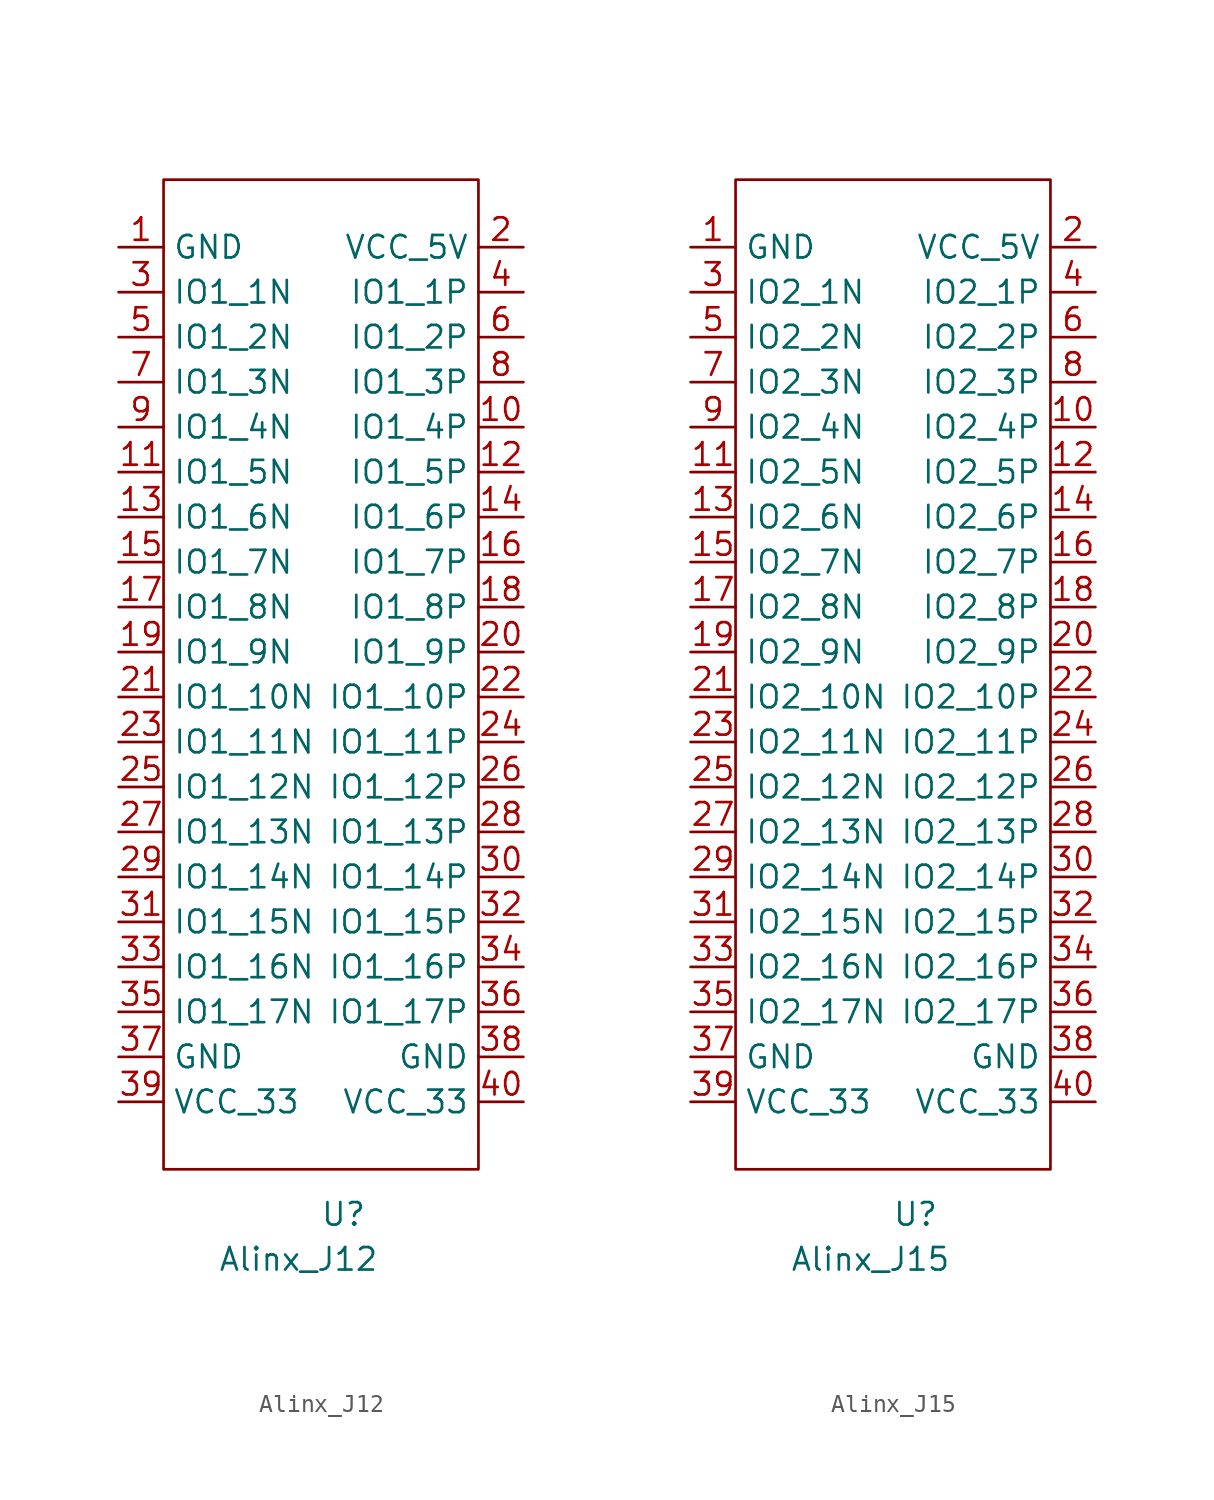
<source format=kicad_sym>
(kicad_symbol_lib
  (version 20211014)
  (generator kicad_symbol_editor)
  (symbol "Alinx_J12"
    (property "Reference" "U"
      (at 1.27 -33.02 0)
      (effects (font (size 1.27 1.27))))
    (property "Value" "Alinx_J12"
      (at -1.27 -35.56 0)
      (effects (font (size 1.27 1.27))))
    (symbol "Alinx_J12_0_1"
      (rectangle (start -8.89 25.4) (end 8.89 -30.48) (stroke (width 0) (type default) (color 0 0 0 0)) (fill (type none))))
    (symbol "Alinx_J12_1_1"
      (pin power_in line (at -11.43 21.59 0) (length 2.54) (name "GND" (effects (font (size 1.27 1.27)))) (number "1" (effects (font (size 1.27 1.27)))))
      (pin bidirectional line (at 11.43 11.43 180) (length 2.54) (name "IO1_4P" (effects (font (size 1.27 1.27)))) (number "10" (effects (font (size 1.27 1.27)))))
      (pin bidirectional line (at -11.43 8.89 0) (length 2.54) (name "IO1_5N" (effects (font (size 1.27 1.27)))) (number "11" (effects (font (size 1.27 1.27)))))
      (pin bidirectional line (at 11.43 8.89 180) (length 2.54) (name "IO1_5P" (effects (font (size 1.27 1.27)))) (number "12" (effects (font (size 1.27 1.27)))))
      (pin bidirectional line (at -11.43 6.35 0) (length 2.54) (name "IO1_6N" (effects (font (size 1.27 1.27)))) (number "13" (effects (font (size 1.27 1.27)))))
      (pin bidirectional line (at 11.43 6.35 180) (length 2.54) (name "IO1_6P" (effects (font (size 1.27 1.27)))) (number "14" (effects (font (size 1.27 1.27)))))
      (pin bidirectional line (at -11.43 3.81 0) (length 2.54) (name "IO1_7N" (effects (font (size 1.27 1.27)))) (number "15" (effects (font (size 1.27 1.27)))))
      (pin bidirectional line (at 11.43 3.81 180) (length 2.54) (name "IO1_7P" (effects (font (size 1.27 1.27)))) (number "16" (effects (font (size 1.27 1.27)))))
      (pin bidirectional line (at -11.43 1.27 0) (length 2.54) (name "IO1_8N" (effects (font (size 1.27 1.27)))) (number "17" (effects (font (size 1.27 1.27)))))
      (pin bidirectional line (at 11.43 1.27 180) (length 2.54) (name "IO1_8P" (effects (font (size 1.27 1.27)))) (number "18" (effects (font (size 1.27 1.27)))))
      (pin bidirectional line (at -11.43 -1.27 0) (length 2.54) (name "IO1_9N" (effects (font (size 1.27 1.27)))) (number "19" (effects (font (size 1.27 1.27)))))
      (pin power_in line (at 11.43 21.59 180) (length 2.54) (name "VCC_5V" (effects (font (size 1.27 1.27)))) (number "2" (effects (font (size 1.27 1.27)))))
      (pin bidirectional line (at 11.43 -1.27 180) (length 2.54) (name "IO1_9P" (effects (font (size 1.27 1.27)))) (number "20" (effects (font (size 1.27 1.27)))))
      (pin bidirectional line (at -11.43 -3.81 0) (length 2.54) (name "IO1_10N" (effects (font (size 1.27 1.27)))) (number "21" (effects (font (size 1.27 1.27)))))
      (pin bidirectional line (at 11.43 -3.81 180) (length 2.54) (name "IO1_10P" (effects (font (size 1.27 1.27)))) (number "22" (effects (font (size 1.27 1.27)))))
      (pin bidirectional line (at -11.43 -6.35 0) (length 2.54) (name "IO1_11N" (effects (font (size 1.27 1.27)))) (number "23" (effects (font (size 1.27 1.27)))))
      (pin bidirectional line (at 11.43 -6.35 180) (length 2.54) (name "IO1_11P" (effects (font (size 1.27 1.27)))) (number "24" (effects (font (size 1.27 1.27)))))
      (pin bidirectional line (at -11.43 -8.89 0) (length 2.54) (name "IO1_12N" (effects (font (size 1.27 1.27)))) (number "25" (effects (font (size 1.27 1.27)))))
      (pin bidirectional line (at 11.43 -8.89 180) (length 2.54) (name "IO1_12P" (effects (font (size 1.27 1.27)))) (number "26" (effects (font (size 1.27 1.27)))))
      (pin bidirectional line (at -11.43 -11.43 0) (length 2.54) (name "IO1_13N" (effects (font (size 1.27 1.27)))) (number "27" (effects (font (size 1.27 1.27)))))
      (pin bidirectional line (at 11.43 -11.43 180) (length 2.54) (name "IO1_13P" (effects (font (size 1.27 1.27)))) (number "28" (effects (font (size 1.27 1.27)))))
      (pin bidirectional line (at -11.43 -13.97 0) (length 2.54) (name "IO1_14N" (effects (font (size 1.27 1.27)))) (number "29" (effects (font (size 1.27 1.27)))))
      (pin bidirectional line (at -11.43 19.05 0) (length 2.54) (name "IO1_1N" (effects (font (size 1.27 1.27)))) (number "3" (effects (font (size 1.27 1.27)))))
      (pin bidirectional line (at 11.43 -13.97 180) (length 2.54) (name "IO1_14P" (effects (font (size 1.27 1.27)))) (number "30" (effects (font (size 1.27 1.27)))))
      (pin bidirectional line (at -11.43 -16.51 0) (length 2.54) (name "IO1_15N" (effects (font (size 1.27 1.27)))) (number "31" (effects (font (size 1.27 1.27)))))
      (pin bidirectional line (at 11.43 -16.51 180) (length 2.54) (name "IO1_15P" (effects (font (size 1.27 1.27)))) (number "32" (effects (font (size 1.27 1.27)))))
      (pin bidirectional line (at -11.43 -19.05 0) (length 2.54) (name "IO1_16N" (effects (font (size 1.27 1.27)))) (number "33" (effects (font (size 1.27 1.27)))))
      (pin bidirectional line (at 11.43 -19.05 180) (length 2.54) (name "IO1_16P" (effects (font (size 1.27 1.27)))) (number "34" (effects (font (size 1.27 1.27)))))
      (pin bidirectional line (at -11.43 -21.59 0) (length 2.54) (name "IO1_17N" (effects (font (size 1.27 1.27)))) (number "35" (effects (font (size 1.27 1.27)))))
      (pin bidirectional line (at 11.43 -21.59 180) (length 2.54) (name "IO1_17P" (effects (font (size 1.27 1.27)))) (number "36" (effects (font (size 1.27 1.27)))))
      (pin power_in line (at -11.43 -24.13 0) (length 2.54) (name "GND" (effects (font (size 1.27 1.27)))) (number "37" (effects (font (size 1.27 1.27)))))
      (pin power_in line (at 11.43 -24.13 180) (length 2.54) (name "GND" (effects (font (size 1.27 1.27)))) (number "38" (effects (font (size 1.27 1.27)))))
      (pin power_in line (at -11.43 -26.67 0) (length 2.54) (name "VCC_33" (effects (font (size 1.27 1.27)))) (number "39" (effects (font (size 1.27 1.27)))))
      (pin bidirectional line (at 11.43 19.05 180) (length 2.54) (name "IO1_1P" (effects (font (size 1.27 1.27)))) (number "4" (effects (font (size 1.27 1.27)))))
      (pin power_in line (at 11.43 -26.67 180) (length 2.54) (name "VCC_33" (effects (font (size 1.27 1.27)))) (number "40" (effects (font (size 1.27 1.27)))))
      (pin bidirectional line (at -11.43 16.51 0) (length 2.54) (name "IO1_2N" (effects (font (size 1.27 1.27)))) (number "5" (effects (font (size 1.27 1.27)))))
      (pin bidirectional line (at 11.43 16.51 180) (length 2.54) (name "IO1_2P" (effects (font (size 1.27 1.27)))) (number "6" (effects (font (size 1.27 1.27)))))
      (pin bidirectional line (at -11.43 13.97 0) (length 2.54) (name "IO1_3N" (effects (font (size 1.27 1.27)))) (number "7" (effects (font (size 1.27 1.27)))))
      (pin bidirectional line (at 11.43 13.97 180) (length 2.54) (name "IO1_3P" (effects (font (size 1.27 1.27)))) (number "8" (effects (font (size 1.27 1.27)))))
      (pin bidirectional line (at -11.43 11.43 0) (length 2.54) (name "IO1_4N" (effects (font (size 1.27 1.27)))) (number "9" (effects (font (size 1.27 1.27)))))))
  (symbol "Alinx_J15"
    (property "Reference" "U"
      (at 1.27 -33.02 0)
      (effects (font (size 1.27 1.27))))
    (property "Value" "Alinx_J15"
      (at -1.27 -35.56 0)
      (effects (font (size 1.27 1.27))))
    (symbol "Alinx_J15_0_1"
      (rectangle (start -8.89 25.4) (end 8.89 -30.48) (stroke (width 0) (type default) (color 0 0 0 0)) (fill (type none))))
    (symbol "Alinx_J15_1_1"
      (pin power_in line (at -11.43 21.59 0) (length 2.54) (name "GND" (effects (font (size 1.27 1.27)))) (number "1" (effects (font (size 1.27 1.27)))))
      (pin bidirectional line (at 11.43 11.43 180) (length 2.54) (name "IO2_4P" (effects (font (size 1.27 1.27)))) (number "10" (effects (font (size 1.27 1.27)))))
      (pin bidirectional line (at -11.43 8.89 0) (length 2.54) (name "IO2_5N" (effects (font (size 1.27 1.27)))) (number "11" (effects (font (size 1.27 1.27)))))
      (pin bidirectional line (at 11.43 8.89 180) (length 2.54) (name "IO2_5P" (effects (font (size 1.27 1.27)))) (number "12" (effects (font (size 1.27 1.27)))))
      (pin bidirectional line (at -11.43 6.35 0) (length 2.54) (name "IO2_6N" (effects (font (size 1.27 1.27)))) (number "13" (effects (font (size 1.27 1.27)))))
      (pin bidirectional line (at 11.43 6.35 180) (length 2.54) (name "IO2_6P" (effects (font (size 1.27 1.27)))) (number "14" (effects (font (size 1.27 1.27)))))
      (pin bidirectional line (at -11.43 3.81 0) (length 2.54) (name "IO2_7N" (effects (font (size 1.27 1.27)))) (number "15" (effects (font (size 1.27 1.27)))))
      (pin bidirectional line (at 11.43 3.81 180) (length 2.54) (name "IO2_7P" (effects (font (size 1.27 1.27)))) (number "16" (effects (font (size 1.27 1.27)))))
      (pin bidirectional line (at -11.43 1.27 0) (length 2.54) (name "IO2_8N" (effects (font (size 1.27 1.27)))) (number "17" (effects (font (size 1.27 1.27)))))
      (pin bidirectional line (at 11.43 1.27 180) (length 2.54) (name "IO2_8P" (effects (font (size 1.27 1.27)))) (number "18" (effects (font (size 1.27 1.27)))))
      (pin bidirectional line (at -11.43 -1.27 0) (length 2.54) (name "IO2_9N" (effects (font (size 1.27 1.27)))) (number "19" (effects (font (size 1.27 1.27)))))
      (pin power_in line (at 11.43 21.59 180) (length 2.54) (name "VCC_5V" (effects (font (size 1.27 1.27)))) (number "2" (effects (font (size 1.27 1.27)))))
      (pin bidirectional line (at 11.43 -1.27 180) (length 2.54) (name "IO2_9P" (effects (font (size 1.27 1.27)))) (number "20" (effects (font (size 1.27 1.27)))))
      (pin bidirectional line (at -11.43 -3.81 0) (length 2.54) (name "IO2_10N" (effects (font (size 1.27 1.27)))) (number "21" (effects (font (size 1.27 1.27)))))
      (pin bidirectional line (at 11.43 -3.81 180) (length 2.54) (name "IO2_10P" (effects (font (size 1.27 1.27)))) (number "22" (effects (font (size 1.27 1.27)))))
      (pin bidirectional line (at -11.43 -6.35 0) (length 2.54) (name "IO2_11N" (effects (font (size 1.27 1.27)))) (number "23" (effects (font (size 1.27 1.27)))))
      (pin bidirectional line (at 11.43 -6.35 180) (length 2.54) (name "IO2_11P" (effects (font (size 1.27 1.27)))) (number "24" (effects (font (size 1.27 1.27)))))
      (pin bidirectional line (at -11.43 -8.89 0) (length 2.54) (name "IO2_12N" (effects (font (size 1.27 1.27)))) (number "25" (effects (font (size 1.27 1.27)))))
      (pin bidirectional line (at 11.43 -8.89 180) (length 2.54) (name "IO2_12P" (effects (font (size 1.27 1.27)))) (number "26" (effects (font (size 1.27 1.27)))))
      (pin bidirectional line (at -11.43 -11.43 0) (length 2.54) (name "IO2_13N" (effects (font (size 1.27 1.27)))) (number "27" (effects (font (size 1.27 1.27)))))
      (pin bidirectional line (at 11.43 -11.43 180) (length 2.54) (name "IO2_13P" (effects (font (size 1.27 1.27)))) (number "28" (effects (font (size 1.27 1.27)))))
      (pin bidirectional line (at -11.43 -13.97 0) (length 2.54) (name "IO2_14N" (effects (font (size 1.27 1.27)))) (number "29" (effects (font (size 1.27 1.27)))))
      (pin bidirectional line (at -11.43 19.05 0) (length 2.54) (name "IO2_1N" (effects (font (size 1.27 1.27)))) (number "3" (effects (font (size 1.27 1.27)))))
      (pin bidirectional line (at 11.43 -13.97 180) (length 2.54) (name "IO2_14P" (effects (font (size 1.27 1.27)))) (number "30" (effects (font (size 1.27 1.27)))))
      (pin bidirectional line (at -11.43 -16.51 0) (length 2.54) (name "IO2_15N" (effects (font (size 1.27 1.27)))) (number "31" (effects (font (size 1.27 1.27)))))
      (pin bidirectional line (at 11.43 -16.51 180) (length 2.54) (name "IO2_15P" (effects (font (size 1.27 1.27)))) (number "32" (effects (font (size 1.27 1.27)))))
      (pin bidirectional line (at -11.43 -19.05 0) (length 2.54) (name "IO2_16N" (effects (font (size 1.27 1.27)))) (number "33" (effects (font (size 1.27 1.27)))))
      (pin bidirectional line (at 11.43 -19.05 180) (length 2.54) (name "IO2_16P" (effects (font (size 1.27 1.27)))) (number "34" (effects (font (size 1.27 1.27)))))
      (pin bidirectional line (at -11.43 -21.59 0) (length 2.54) (name "IO2_17N" (effects (font (size 1.27 1.27)))) (number "35" (effects (font (size 1.27 1.27)))))
      (pin bidirectional line (at 11.43 -21.59 180) (length 2.54) (name "IO2_17P" (effects (font (size 1.27 1.27)))) (number "36" (effects (font (size 1.27 1.27)))))
      (pin power_in line (at -11.43 -24.13 0) (length 2.54) (name "GND" (effects (font (size 1.27 1.27)))) (number "37" (effects (font (size 1.27 1.27)))))
      (pin power_in line (at 11.43 -24.13 180) (length 2.54) (name "GND" (effects (font (size 1.27 1.27)))) (number "38" (effects (font (size 1.27 1.27)))))
      (pin power_in line (at -11.43 -26.67 0) (length 2.54) (name "VCC_33" (effects (font (size 1.27 1.27)))) (number "39" (effects (font (size 1.27 1.27)))))
      (pin bidirectional line (at 11.43 19.05 180) (length 2.54) (name "IO2_1P" (effects (font (size 1.27 1.27)))) (number "4" (effects (font (size 1.27 1.27)))))
      (pin power_in line (at 11.43 -26.67 180) (length 2.54) (name "VCC_33" (effects (font (size 1.27 1.27)))) (number "40" (effects (font (size 1.27 1.27)))))
      (pin bidirectional line (at -11.43 16.51 0) (length 2.54) (name "IO2_2N" (effects (font (size 1.27 1.27)))) (number "5" (effects (font (size 1.27 1.27)))))
      (pin bidirectional line (at 11.43 16.51 180) (length 2.54) (name "IO2_2P" (effects (font (size 1.27 1.27)))) (number "6" (effects (font (size 1.27 1.27)))))
      (pin bidirectional line (at -11.43 13.97 0) (length 2.54) (name "IO2_3N" (effects (font (size 1.27 1.27)))) (number "7" (effects (font (size 1.27 1.27)))))
      (pin bidirectional line (at 11.43 13.97 180) (length 2.54) (name "IO2_3P" (effects (font (size 1.27 1.27)))) (number "8" (effects (font (size 1.27 1.27)))))
      (pin bidirectional line (at -11.43 11.43 0) (length 2.54) (name "IO2_4N" (effects (font (size 1.27 1.27)))) (number "9" (effects (font (size 1.27 1.27))))))))
</source>
